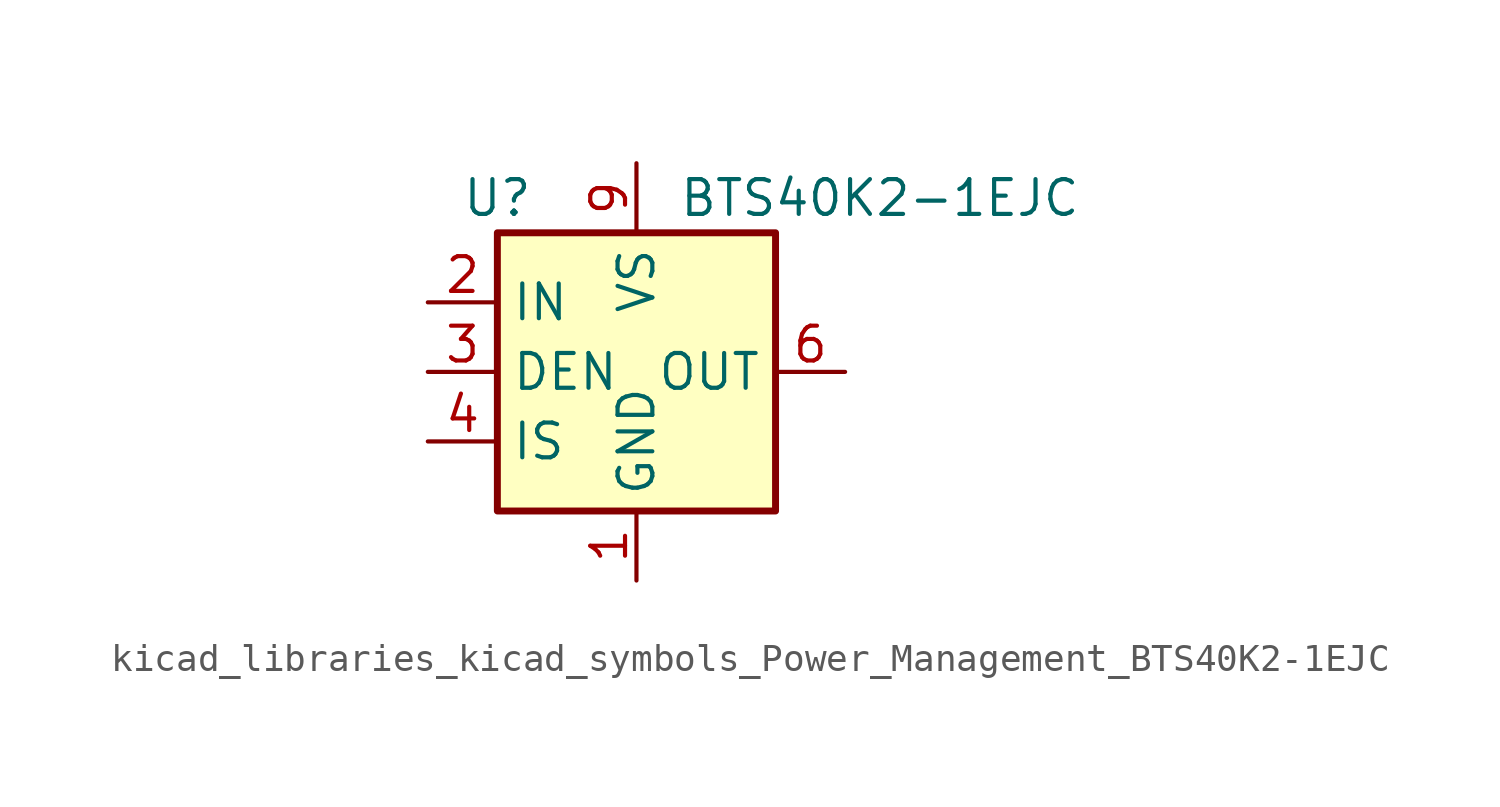
<source format=kicad_sym>
(kicad_symbol_lib
  (version 20220914)
  (generator kicad_symbol_editor)
  (symbol "kicad_libraries_kicad_symbols_Power_Management_BTS40K2-1EJC"
    (property "Reference" "U"
      (at -5.08 6.35 0)
      (effects (font (size 1.27 1.27))))
    (property "Value" "BTS40K2-1EJC"
      (at 8.89 6.35 0)
      (effects (font (size 1.27 1.27))))
    (symbol "kicad_libraries_kicad_symbols_Power_Management_BTS40K2-1EJC_0_1"
      (rectangle (start -5.08 5.08) (end 5.08 -5.08) (stroke (width 0.254) (type default)) (fill (type background))))
    (symbol "kicad_libraries_kicad_symbols_Power_Management_BTS40K2-1EJC_1_1"
      (pin power_in line (at 0 -7.62 90) (length 2.54) (name "GND" (effects (font (size 1.27 1.27)))) (number "1" (effects (font (size 1.27 1.27)))))
      (pin input line (at -7.62 2.54 0) (length 2.54) (name "IN" (effects (font (size 1.27 1.27)))) (number "2" (effects (font (size 1.27 1.27)))))
      (pin input line (at -7.62 0 0) (length 2.54) (name "DEN" (effects (font (size 1.27 1.27)))) (number "3" (effects (font (size 1.27 1.27)))))
      (pin output line (at -7.62 -2.54 0) (length 2.54) (name "IS" (effects (font (size 1.27 1.27)))) (number "4" (effects (font (size 1.27 1.27)))))
      (pin no_connect line (at 5.08 2.54 180) (length 2.54) hide (name "NC" (effects (font (size 1.27 1.27)))) (number "5" (effects (font (size 1.27 1.27)))))
      (pin power_out line (at 7.62 0 180) (length 2.54) (name "OUT" (effects (font (size 1.27 1.27)))) (number "6" (effects (font (size 1.27 1.27)))))
      (pin passive line (at 7.62 0 180) (length 2.54) hide (name "OUT" (effects (font (size 1.27 1.27)))) (number "7" (effects (font (size 1.27 1.27)))))
      (pin passive line (at 7.62 0 180) (length 2.54) hide (name "OUT" (effects (font (size 1.27 1.27)))) (number "8" (effects (font (size 1.27 1.27)))))
      (pin power_in line (at 0 7.62 270) (length 2.54) (name "VS" (effects (font (size 1.27 1.27)))) (number "9" (effects (font (size 1.27 1.27))))))))
</source>
